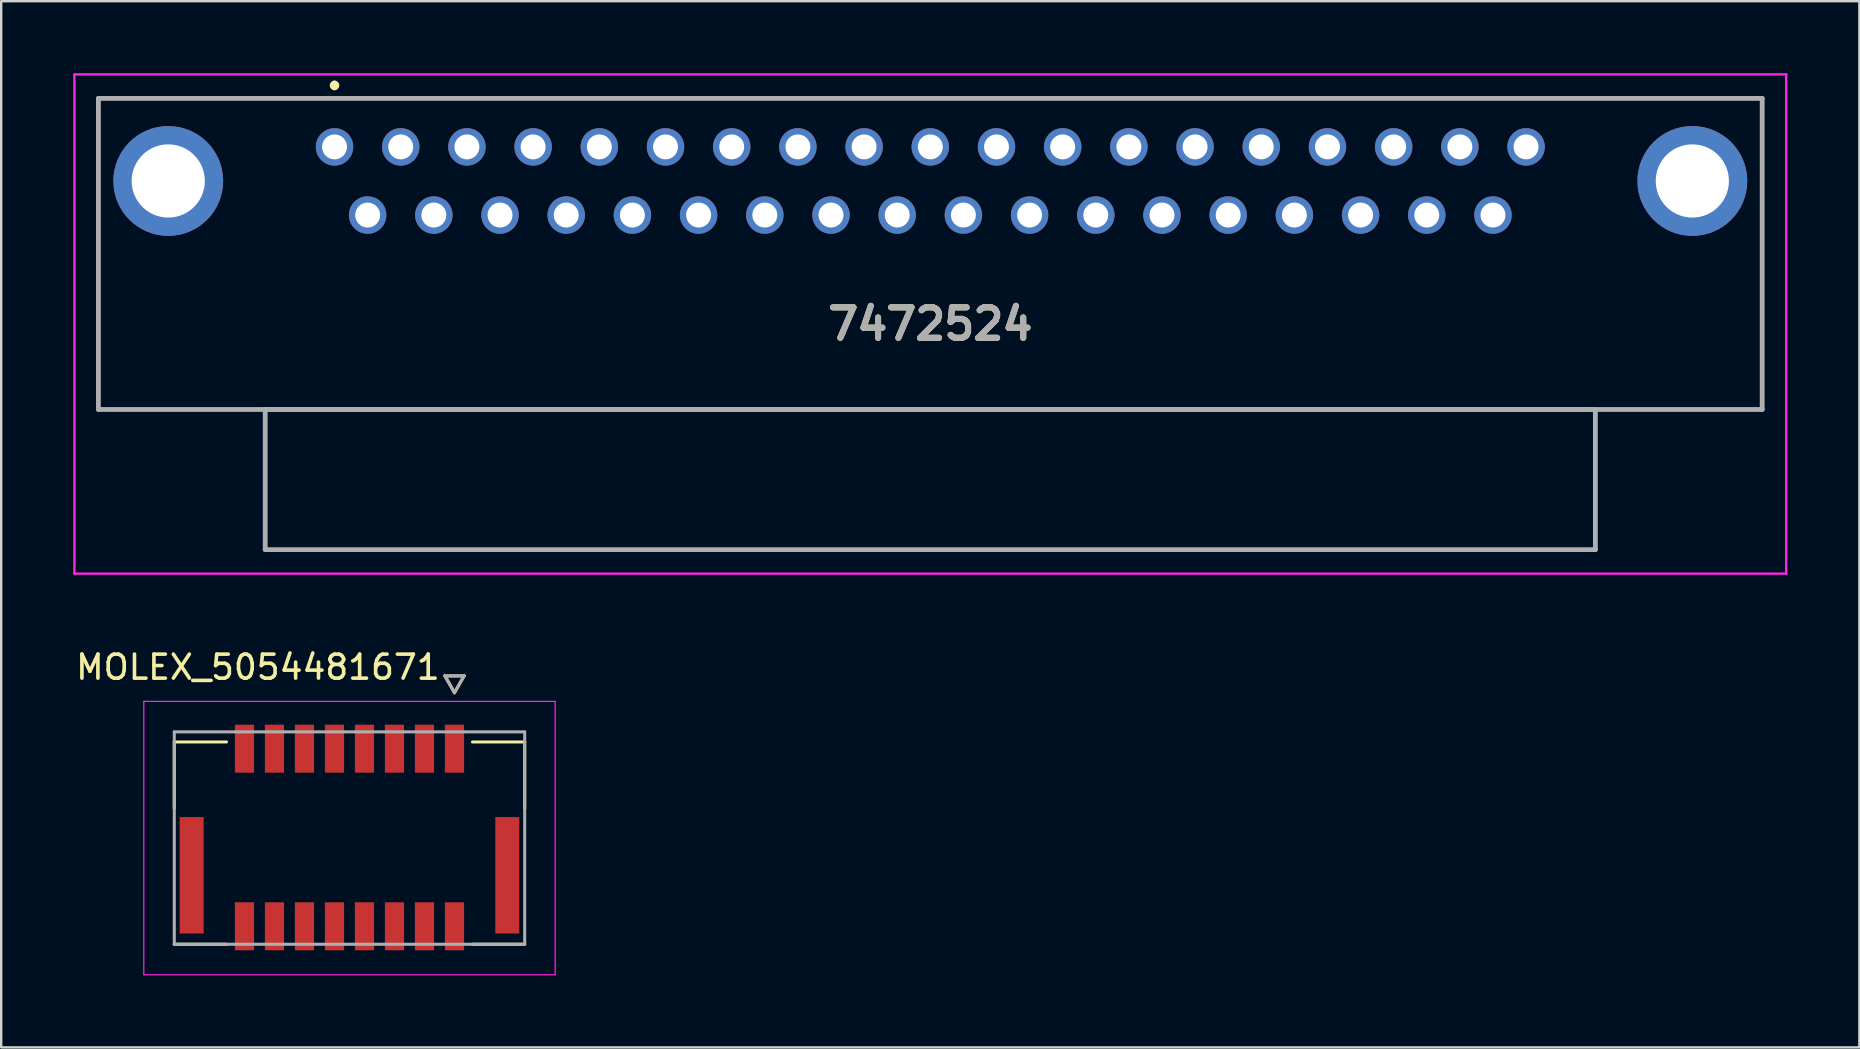
<source format=kicad_pcb>
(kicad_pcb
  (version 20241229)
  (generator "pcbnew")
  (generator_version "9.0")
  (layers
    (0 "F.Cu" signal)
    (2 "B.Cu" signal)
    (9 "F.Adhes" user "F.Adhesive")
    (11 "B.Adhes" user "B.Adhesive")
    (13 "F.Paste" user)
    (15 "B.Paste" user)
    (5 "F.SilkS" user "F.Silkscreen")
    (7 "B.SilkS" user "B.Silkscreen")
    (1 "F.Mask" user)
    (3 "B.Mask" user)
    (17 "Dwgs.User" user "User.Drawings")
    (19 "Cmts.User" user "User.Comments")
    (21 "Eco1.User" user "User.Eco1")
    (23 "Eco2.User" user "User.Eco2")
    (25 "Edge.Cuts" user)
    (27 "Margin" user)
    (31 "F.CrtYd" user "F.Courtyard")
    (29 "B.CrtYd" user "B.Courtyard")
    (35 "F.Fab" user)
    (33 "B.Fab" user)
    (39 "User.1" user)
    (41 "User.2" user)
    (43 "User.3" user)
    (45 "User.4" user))
  (footprint "7472524"
    (layer "F.Cu")
    (at 35.71 14.01)
    (property "Reference" "7472524" (at 0 -3.56 0) (layer "F.SilkS") (effects (font (size 1.27 1.27) (thickness 0.254))))
    (attr through_hole)
    (fp_line (start -34.66 -12.96) (end -34.66 0) (stroke (width 0.1) (type solid)) (layer "F.SilkS"))
    (fp_line (start -34.66 0) (end 34.66 0) (stroke (width 0.1) (type solid)) (layer "F.SilkS"))
    (fp_line (start -24.822 -13.6) (end -24.822 -13.6) (stroke (width 0.2) (type solid)) (layer "F.SilkS"))
    (fp_line (start -24.822 -13.4) (end -24.822 -13.4) (stroke (width 0.2) (type solid)) (layer "F.SilkS"))
    (fp_line (start 34.66 -12.96) (end -34.66 -12.96) (stroke (width 0.1) (type solid)) (layer "F.SilkS"))
    (fp_line (start 34.66 0) (end 34.66 -12.96) (stroke (width 0.1) (type solid)) (layer "F.SilkS"))
    (fp_arc (start -24.822 -13.6) (mid -24.722 -13.5) (end -24.822 -13.4) (stroke (width 0.2) (type solid)) (layer "F.SilkS"))
    (fp_arc (start -24.822 -13.4) (mid -24.922 -13.5) (end -24.822 -13.6) (stroke (width 0.2) (type solid)) (layer "F.SilkS"))
    (fp_line (start -35.66 -13.96) (end -35.66 6.84) (stroke (width 0.1) (type solid)) (layer "F.CrtYd"))
    (fp_line (start -35.66 6.84) (end 35.66 6.84) (stroke (width 0.1) (type solid)) (layer "F.CrtYd"))
    (fp_line (start 35.66 -13.96) (end -35.66 -13.96) (stroke (width 0.1) (type solid)) (layer "F.CrtYd"))
    (fp_line (start 35.66 6.84) (end 35.66 -13.96) (stroke (width 0.1) (type solid)) (layer "F.CrtYd"))
    (fp_line (start -34.66 -12.96) (end -34.66 0) (stroke (width 0.2) (type solid)) (layer "F.Fab"))
    (fp_line (start -34.66 0) (end 34.66 0) (stroke (width 0.2) (type solid)) (layer "F.Fab"))
    (fp_line (start -27.71 0) (end 27.71 0) (stroke (width 0.2) (type solid)) (layer "F.Fab"))
    (fp_line (start -27.71 5.84) (end -27.71 0) (stroke (width 0.2) (type solid)) (layer "F.Fab"))
    (fp_line (start 27.71 0) (end 27.71 5.84) (stroke (width 0.2) (type solid)) (layer "F.Fab"))
    (fp_line (start 27.71 5.84) (end -27.71 5.84) (stroke (width 0.2) (type solid)) (layer "F.Fab"))
    (fp_line (start 34.66 -12.96) (end -34.66 -12.96) (stroke (width 0.2) (type solid)) (layer "F.Fab"))
    (fp_line (start 34.66 0) (end 34.66 -12.96) (stroke (width 0.2) (type solid)) (layer "F.Fab"))
    (fp_text user "${REFERENCE}" (at 0 -3.56 0) (layer "F.Fab") (effects (font (size 1.27 1.27) (thickness 0.254))))
    (pad "1" thru_hole circle (at -24.822 -10.94) (size 1.56 1.56) (drill 1.04) (layers "*.Cu" "*.Mask"))
    (pad "2" thru_hole circle (at -22.064 -10.94) (size 1.56 1.56) (drill 1.04) (layers "*.Cu" "*.Mask"))
    (pad "3" thru_hole circle (at -19.306 -10.94) (size 1.56 1.56) (drill 1.04) (layers "*.Cu" "*.Mask"))
    (pad "4" thru_hole circle (at -16.548 -10.94) (size 1.56 1.56) (drill 1.04) (layers "*.Cu" "*.Mask"))
    (pad "5" thru_hole circle (at -13.79 -10.94) (size 1.56 1.56) (drill 1.04) (layers "*.Cu" "*.Mask"))
    (pad "6" thru_hole circle (at -11.032 -10.94) (size 1.56 1.56) (drill 1.04) (layers "*.Cu" "*.Mask"))
    (pad "7" thru_hole circle (at -8.274 -10.94) (size 1.56 1.56) (drill 1.04) (layers "*.Cu" "*.Mask"))
    (pad "8" thru_hole circle (at -5.516 -10.94) (size 1.56 1.56) (drill 1.04) (layers "*.Cu" "*.Mask"))
    (pad "9" thru_hole circle (at -2.758 -10.94) (size 1.56 1.56) (drill 1.04) (layers "*.Cu" "*.Mask"))
    (pad "10" thru_hole circle (at 0 -10.94) (size 1.56 1.56) (drill 1.04) (layers "*.Cu" "*.Mask"))
    (pad "11" thru_hole circle (at 2.758 -10.94) (size 1.56 1.56) (drill 1.04) (layers "*.Cu" "*.Mask"))
    (pad "12" thru_hole circle (at 5.516 -10.94) (size 1.56 1.56) (drill 1.04) (layers "*.Cu" "*.Mask"))
    (pad "13" thru_hole circle (at 8.274 -10.94) (size 1.56 1.56) (drill 1.04) (layers "*.Cu" "*.Mask"))
    (pad "14" thru_hole circle (at 11.032 -10.94) (size 1.56 1.56) (drill 1.04) (layers "*.Cu" "*.Mask"))
    (pad "15" thru_hole circle (at 13.79 -10.94) (size 1.56 1.56) (drill 1.04) (layers "*.Cu" "*.Mask"))
    (pad "16" thru_hole circle (at 16.548 -10.94) (size 1.56 1.56) (drill 1.04) (layers "*.Cu" "*.Mask"))
    (pad "17" thru_hole circle (at 19.306 -10.94) (size 1.56 1.56) (drill 1.04) (layers "*.Cu" "*.Mask"))
    (pad "18" thru_hole circle (at 22.064 -10.94) (size 1.56 1.56) (drill 1.04) (layers "*.Cu" "*.Mask"))
    (pad "19" thru_hole circle (at 24.822 -10.94) (size 1.56 1.56) (drill 1.04) (layers "*.Cu" "*.Mask"))
    (pad "20" thru_hole circle (at -23.443 -8.1) (size 1.56 1.56) (drill 1.04) (layers "*.Cu" "*.Mask"))
    (pad "21" thru_hole circle (at -20.685 -8.1) (size 1.56 1.56) (drill 1.04) (layers "*.Cu" "*.Mask"))
    (pad "22" thru_hole circle (at -17.927 -8.1) (size 1.56 1.56) (drill 1.04) (layers "*.Cu" "*.Mask"))
    (pad "23" thru_hole circle (at -15.169 -8.1) (size 1.56 1.56) (drill 1.04) (layers "*.Cu" "*.Mask"))
    (pad "24" thru_hole circle (at -12.411 -8.1) (size 1.56 1.56) (drill 1.04) (layers "*.Cu" "*.Mask"))
    (pad "25" thru_hole circle (at -9.653 -8.1) (size 1.56 1.56) (drill 1.04) (layers "*.Cu" "*.Mask"))
    (pad "26" thru_hole circle (at -6.895 -8.1) (size 1.56 1.56) (drill 1.04) (layers "*.Cu" "*.Mask"))
    (pad "27" thru_hole circle (at -4.137 -8.1) (size 1.56 1.56) (drill 1.04) (layers "*.Cu" "*.Mask"))
    (pad "28" thru_hole circle (at -1.379 -8.1) (size 1.56 1.56) (drill 1.04) (layers "*.Cu" "*.Mask"))
    (pad "29" thru_hole circle (at 1.379 -8.1) (size 1.56 1.56) (drill 1.04) (layers "*.Cu" "*.Mask"))
    (pad "30" thru_hole circle (at 4.137 -8.1) (size 1.56 1.56) (drill 1.04) (layers "*.Cu" "*.Mask"))
    (pad "31" thru_hole circle (at 6.895 -8.1) (size 1.56 1.56) (drill 1.04) (layers "*.Cu" "*.Mask"))
    (pad "32" thru_hole circle (at 9.653 -8.1) (size 1.56 1.56) (drill 1.04) (layers "*.Cu" "*.Mask"))
    (pad "33" thru_hole circle (at 12.411 -8.1) (size 1.56 1.56) (drill 1.04) (layers "*.Cu" "*.Mask"))
    (pad "34" thru_hole circle (at 15.169 -8.1) (size 1.56 1.56) (drill 1.04) (layers "*.Cu" "*.Mask"))
    (pad "35" thru_hole circle (at 17.927 -8.1) (size 1.56 1.56) (drill 1.04) (layers "*.Cu" "*.Mask"))
    (pad "36" thru_hole circle (at 20.685 -8.1) (size 1.56 1.56) (drill 1.04) (layers "*.Cu" "*.Mask"))
    (pad "37" thru_hole circle (at 23.443 -8.1) (size 1.56 1.56) (drill 1.04) (layers "*.Cu" "*.Mask"))
    (pad "MH1" thru_hole circle (at -31.75 -9.52) (size 4.575 4.575) (drill 3.05) (layers "*.Cu" "*.Mask"))
    (pad "MH2" thru_hole circle (at 31.75 -9.52) (size 4.575 4.575) (drill 3.05) (layers "*.Cu" "*.Mask")))
  (footprint "MOLEX_5054481671"
    (layer "F.Cu")
    (at 11.511 31.868)
    (property "Reference" "MOLEX_5054481671" (at -3.815 -7.12 0) (layer "F.SilkS") (effects (font (size 1 1) (thickness 0.15))))
    (attr smd)
    (fp_poly (pts (xy -7.151 -0.951) (xy -5.999 -0.951) (xy -5.999 4.051) (xy -7.151 4.051)) (stroke (width 0.01) (type solid)) (fill yes) (layer "F.Mask"))
    (fp_poly (pts (xy -4.851 -4.801) (xy -3.899 -4.801) (xy -3.899 -2.649) (xy -4.851 -2.649)) (stroke (width 0.01) (type solid)) (fill yes) (layer "F.Mask"))
    (fp_poly (pts (xy -4.851 2.599) (xy -3.899 2.599) (xy -3.899 4.751) (xy -4.851 4.751)) (stroke (width 0.01) (type solid)) (fill yes) (layer "F.Mask"))
    (fp_poly (pts (xy -3.601 -4.801) (xy -2.649 -4.801) (xy -2.649 -2.649) (xy -3.601 -2.649)) (stroke (width 0.01) (type solid)) (fill yes) (layer "F.Mask"))
    (fp_poly (pts (xy -3.601 2.599) (xy -2.649 2.599) (xy -2.649 4.751) (xy -3.601 4.751)) (stroke (width 0.01) (type solid)) (fill yes) (layer "F.Mask"))
    (fp_poly (pts (xy -2.351 -4.801) (xy -1.399 -4.801) (xy -1.399 -2.649) (xy -2.351 -2.649)) (stroke (width 0.01) (type solid)) (fill yes) (layer "F.Mask"))
    (fp_poly (pts (xy -2.351 2.599) (xy -1.399 2.599) (xy -1.399 4.751) (xy -2.351 4.751)) (stroke (width 0.01) (type solid)) (fill yes) (layer "F.Mask"))
    (fp_poly (pts (xy -1.101 -4.801) (xy -0.149 -4.801) (xy -0.149 -2.649) (xy -1.101 -2.649)) (stroke (width 0.01) (type solid)) (fill yes) (layer "F.Mask"))
    (fp_poly (pts (xy -1.101 2.599) (xy -0.149 2.599) (xy -0.149 4.751) (xy -1.101 4.751)) (stroke (width 0.01) (type solid)) (fill yes) (layer "F.Mask"))
    (fp_poly (pts (xy 0.149 -4.801) (xy 1.101 -4.801) (xy 1.101 -2.649) (xy 0.149 -2.649)) (stroke (width 0.01) (type solid)) (fill yes) (layer "F.Mask"))
    (fp_poly (pts (xy 0.149 2.599) (xy 1.101 2.599) (xy 1.101 4.751) (xy 0.149 4.751)) (stroke (width 0.01) (type solid)) (fill yes) (layer "F.Mask"))
    (fp_poly (pts (xy 1.399 -4.801) (xy 2.351 -4.801) (xy 2.351 -2.649) (xy 1.399 -2.649)) (stroke (width 0.01) (type solid)) (fill yes) (layer "F.Mask"))
    (fp_poly (pts (xy 1.399 2.599) (xy 2.351 2.599) (xy 2.351 4.751) (xy 1.399 4.751)) (stroke (width 0.01) (type solid)) (fill yes) (layer "F.Mask"))
    (fp_poly (pts (xy 2.649 -4.801) (xy 3.601 -4.801) (xy 3.601 -2.649) (xy 2.649 -2.649)) (stroke (width 0.01) (type solid)) (fill yes) (layer "F.Mask"))
    (fp_poly (pts (xy 2.649 2.599) (xy 3.601 2.599) (xy 3.601 4.751) (xy 2.649 4.751)) (stroke (width 0.01) (type solid)) (fill yes) (layer "F.Mask"))
    (fp_poly (pts (xy 3.899 -4.801) (xy 4.851 -4.801) (xy 4.851 -2.649) (xy 3.899 -2.649)) (stroke (width 0.01) (type solid)) (fill yes) (layer "F.Mask"))
    (fp_poly (pts (xy 3.899 2.599) (xy 4.851 2.599) (xy 4.851 4.751) (xy 3.899 4.751)) (stroke (width 0.01) (type solid)) (fill yes) (layer "F.Mask"))
    (fp_poly (pts (xy 5.999 -0.951) (xy 7.151 -0.951) (xy 7.151 4.051) (xy 5.999 4.051)) (stroke (width 0.01) (type solid)) (fill yes) (layer "F.Mask"))
    (fp_line (start -7.3 -1.225) (end -7.3 -4.005) (stroke (width 0.127) (type solid)) (layer "F.SilkS"))
    (fp_line (start -5.125 -4.005) (end -7.3 -4.005) (stroke (width 0.127) (type solid)) (layer "F.SilkS"))
    (fp_line (start -5.125 4.425) (end -7.3 4.425) (stroke (width 0.127) (type solid)) (layer "F.SilkS"))
    (fp_line (start 3.975 -6.757) (end 4.375 -6.057) (stroke (width 0.127) (type solid)) (layer "F.SilkS"))
    (fp_line (start 4.375 -6.057) (end 4.775 -6.757) (stroke (width 0.127) (type solid)) (layer "F.SilkS"))
    (fp_line (start 4.775 -6.757) (end 3.975 -6.757) (stroke (width 0.127) (type solid)) (layer "F.SilkS"))
    (fp_line (start 7.3 -4.005) (end 5.125 -4.005) (stroke (width 0.127) (type solid)) (layer "F.SilkS"))
    (fp_line (start 7.3 -4.005) (end 7.3 -1.225) (stroke (width 0.127) (type solid)) (layer "F.SilkS"))
    (fp_line (start 7.3 4.425) (end 5.125 4.425) (stroke (width 0.127) (type solid)) (layer "F.SilkS"))
    (fp_line (start -8.57 -5.695) (end 8.57 -5.695) (stroke (width 0.05) (type solid)) (layer "F.CrtYd"))
    (fp_line (start -8.57 5.695) (end -8.57 -5.695) (stroke (width 0.05) (type solid)) (layer "F.CrtYd"))
    (fp_line (start -8.57 5.695) (end 8.57 5.695) (stroke (width 0.05) (type solid)) (layer "F.CrtYd"))
    (fp_line (start 8.57 -5.695) (end 8.57 5.695) (stroke (width 0.05) (type solid)) (layer "F.CrtYd"))
    (fp_line (start -7.3 -4.425) (end 7.3 -4.425) (stroke (width 0.127) (type solid)) (layer "F.Fab"))
    (fp_line (start -7.3 4.425) (end -7.3 -4.425) (stroke (width 0.127) (type solid)) (layer "F.Fab"))
    (fp_line (start 3.975 -6.757) (end 4.375 -6.057) (stroke (width 0.127) (type solid)) (layer "F.Fab"))
    (fp_line (start 4.375 -6.057) (end 4.775 -6.757) (stroke (width 0.127) (type solid)) (layer "F.Fab"))
    (fp_line (start 4.775 -6.757) (end 3.975 -6.757) (stroke (width 0.127) (type solid)) (layer "F.Fab"))
    (fp_line (start 7.3 -4.425) (end 7.3 4.425) (stroke (width 0.127) (type solid)) (layer "F.Fab"))
    (fp_line (start 7.3 4.425) (end -7.3 4.425) (stroke (width 0.127) (type solid)) (layer "F.Fab"))
    (pad "1" smd rect (at 4.375 -3.725) (size 0.8 2) (layers "F.Cu" "F.Paste"))
    (pad "2" smd rect (at 4.375 3.675) (size 0.8 2) (layers "F.Cu" "F.Paste"))
    (pad "3" smd rect (at 3.125 -3.725) (size 0.8 2) (layers "F.Cu" "F.Paste"))
    (pad "4" smd rect (at 3.125 3.675) (size 0.8 2) (layers "F.Cu" "F.Paste"))
    (pad "5" smd rect (at 1.875 -3.725) (size 0.8 2) (layers "F.Cu" "F.Paste"))
    (pad "6" smd rect (at 1.875 3.675) (size 0.8 2) (layers "F.Cu" "F.Paste"))
    (pad "7" smd rect (at 0.625 -3.725) (size 0.8 2) (layers "F.Cu" "F.Paste"))
    (pad "8" smd rect (at 0.625 3.675) (size 0.8 2) (layers "F.Cu" "F.Paste"))
    (pad "9" smd rect (at -0.625 -3.725) (size 0.8 2) (layers "F.Cu" "F.Paste"))
    (pad "10" smd rect (at -0.625 3.675) (size 0.8 2) (layers "F.Cu" "F.Paste"))
    (pad "11" smd rect (at -1.875 -3.725) (size 0.8 2) (layers "F.Cu" "F.Paste"))
    (pad "12" smd rect (at -1.875 3.675) (size 0.8 2) (layers "F.Cu" "F.Paste"))
    (pad "13" smd rect (at -3.125 -3.725) (size 0.8 2) (layers "F.Cu" "F.Paste"))
    (pad "14" smd rect (at -3.125 3.675) (size 0.8 2) (layers "F.Cu" "F.Paste"))
    (pad "15" smd rect (at -4.375 -3.725) (size 0.8 2) (layers "F.Cu" "F.Paste"))
    (pad "16" smd rect (at -4.375 3.675) (size 0.8 2) (layers "F.Cu" "F.Paste"))
    (pad "S1" smd rect (at -6.575 1.55) (size 1 4.85) (layers "F.Cu" "F.Paste"))
    (pad "S2" smd rect (at 6.575 1.55) (size 1 4.85) (layers "F.Cu" "F.Paste"))
    (zone (net_name "") (layer "F.Cu") (hatch full 0.508) (connect_pads) (min_thickness 0.01) (filled_areas_thickness no) (keepout (tracks not_allowed) (vias not_allowed) (pads not_allowed) (copperpour not_allowed) (footprints allowed)) (placement (enabled no)) (fill) (polygon (pts (xy 3.736 30.993) (xy 5.436 30.993) (xy 5.436 36.843) (xy 6.736 36.843) (xy 6.736 34.543) (xy 16.286 34.543) (xy 16.286 36.843) (xy 17.586 36.843) (xy 17.586 30.993) (xy 19.286 30.993) (xy 19.286 28.343) (xy 16.286 28.343) (xy 16.286 29.143) (xy 6.736 29.143) (xy 6.736 28.343) (xy 3.736 28.343))))
    (zone (net_name "") (layers "F.Cu" "B.Cu") (hatch full 0.508) (connect_pads) (min_thickness 0.01) (filled_areas_thickness no) (keepout (tracks allowed) (vias not_allowed) (pads allowed) (copperpour allowed) (footprints allowed)) (placement (enabled no)) (fill) (polygon (pts (xy 3.736 30.993) (xy 5.436 30.993) (xy 5.436 36.843) (xy 6.736 36.843) (xy 6.736 34.543) (xy 16.286 34.543) (xy 16.286 36.843) (xy 17.586 36.843) (xy 17.586 30.993) (xy 19.286 30.993) (xy 19.286 28.343) (xy 16.286 28.343) (xy 16.286 29.143) (xy 6.736 29.143) (xy 6.736 28.343) (xy 3.736 28.343)))))
  (gr_rect
    (start -3 -3)
    (end 74.42 40.588)
    (stroke (width 0.1) (type default))
    (fill no)
    (layer "Edge.Cuts")))
</source>
